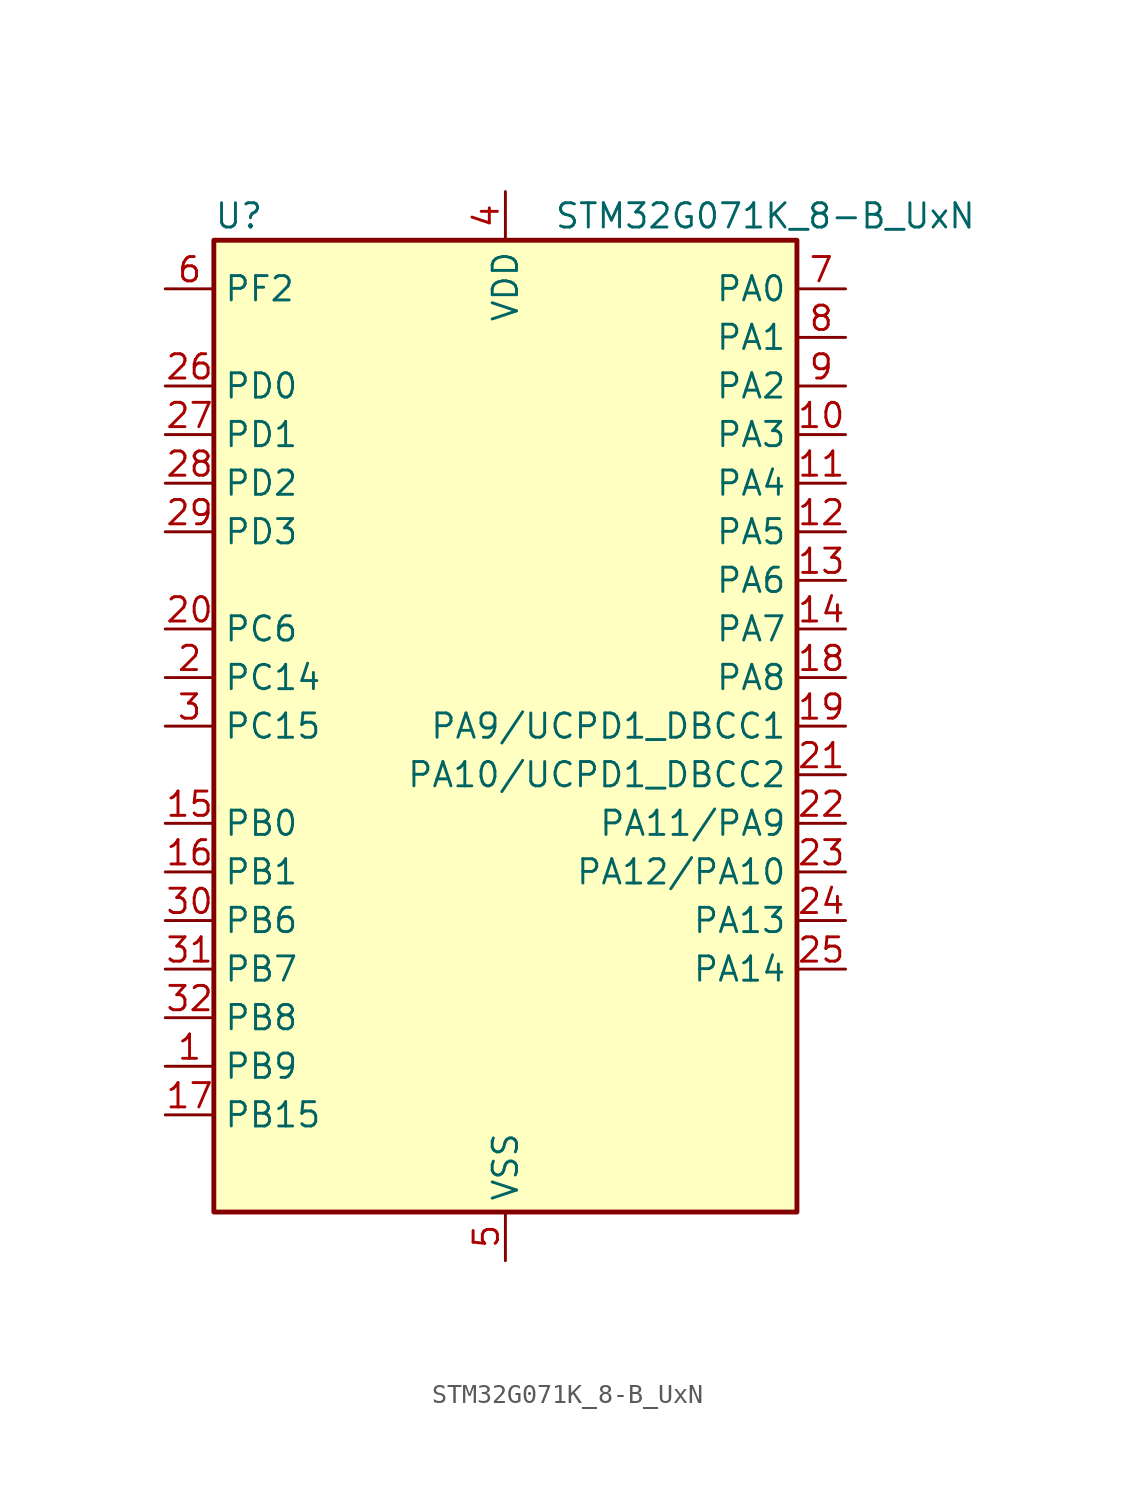
<source format=kicad_sym>
(kicad_symbol_lib
  (version 20231120)
  (generator "kicad_symbol_editor")
  (generator_version "8.0")
  (symbol "STM32G071K_8-B_UxN"
    (property "Reference" "U"
      (at -15.24 26.67 0)
      (effects (font (size 1.27 1.27)) (justify left)))
    (property "Value" "STM32G071K_8-B_UxN"
      (at 2.54 26.67 0)
      (effects (font (size 1.27 1.27)) (justify left)))
    (property "ki_locked" ""
      (at 0 0 0)
      (effects (font (size 1.27 1.27))))
    (symbol "STM32G071K_8-B_UxN_0_1"
      (rectangle (start -15.24 -25.4) (end 15.24 25.4) (stroke (width 0.254) (type default)) (fill (type background))))
    (symbol "STM32G071K_8-B_UxN_1_1"
      (pin bidirectional line (at -17.78 -17.78 0) (length 2.54) (name "PB9" (effects (font (size 1.27 1.27)))) (number "1" (effects (font (size 1.27 1.27)))) (alternate "DAC1_EXTI9" bidirectional line) (alternate "I2C1_SDA" bidirectional line) (alternate "IR_OUT" bidirectional line) (alternate "SPI2_NSS" bidirectional line) (alternate "TIM17_CH1" bidirectional line) (alternate "UCPD2_FRSTX1" bidirectional line) (alternate "UCPD2_FRSTX2" bidirectional line) (alternate "USART3_RX" bidirectional line))
      (pin bidirectional line (at 17.78 15.24 180) (length 2.54) (name "PA3" (effects (font (size 1.27 1.27)))) (number "10" (effects (font (size 1.27 1.27)))) (alternate "ADC1_IN3" bidirectional line) (alternate "COMP2_INP" bidirectional line) (alternate "LPUART1_RX" bidirectional line) (alternate "SPI2_MISO" bidirectional line) (alternate "TIM15_CH2" bidirectional line) (alternate "TIM2_CH4" bidirectional line) (alternate "UCPD2_FRSTX1" bidirectional line) (alternate "UCPD2_FRSTX2" bidirectional line) (alternate "USART2_RX" bidirectional line))
      (pin bidirectional line (at 17.78 12.7 180) (length 2.54) (name "PA4" (effects (font (size 1.27 1.27)))) (number "11" (effects (font (size 1.27 1.27)))) (alternate "ADC1_IN4" bidirectional line) (alternate "DAC1_OUT1" bidirectional line) (alternate "I2S1_WS" bidirectional line) (alternate "LPTIM2_OUT" bidirectional line) (alternate "RTC_OUT_ALARM" bidirectional line) (alternate "RTC_OUT_CALIB" bidirectional line) (alternate "RTC_TAMP_IN1" bidirectional line) (alternate "RTC_TS" bidirectional line) (alternate "SPI1_NSS" bidirectional line) (alternate "SPI2_MOSI" bidirectional line) (alternate "SYS_WKUP2" bidirectional line) (alternate "TIM14_CH1" bidirectional line) (alternate "UCPD2_FRSTX1" bidirectional line) (alternate "UCPD2_FRSTX2" bidirectional line))
      (pin bidirectional line (at 17.78 10.16 180) (length 2.54) (name "PA5" (effects (font (size 1.27 1.27)))) (number "12" (effects (font (size 1.27 1.27)))) (alternate "ADC1_IN5" bidirectional line) (alternate "CEC" bidirectional line) (alternate "DAC1_OUT2" bidirectional line) (alternate "I2S1_CK" bidirectional line) (alternate "LPTIM2_ETR" bidirectional line) (alternate "SPI1_SCK" bidirectional line) (alternate "TIM2_CH1" bidirectional line) (alternate "TIM2_ETR" bidirectional line) (alternate "UCPD1_FRSTX1" bidirectional line) (alternate "UCPD1_FRSTX2" bidirectional line) (alternate "USART3_TX" bidirectional line))
      (pin bidirectional line (at 17.78 7.62 180) (length 2.54) (name "PA6" (effects (font (size 1.27 1.27)))) (number "13" (effects (font (size 1.27 1.27)))) (alternate "ADC1_IN6" bidirectional line) (alternate "COMP1_OUT" bidirectional line) (alternate "I2S1_MCK" bidirectional line) (alternate "LPUART1_CTS" bidirectional line) (alternate "SPI1_MISO" bidirectional line) (alternate "TIM16_CH1" bidirectional line) (alternate "TIM1_BK" bidirectional line) (alternate "TIM3_CH1" bidirectional line) (alternate "USART3_CTS" bidirectional line) (alternate "USART3_NSS" bidirectional line))
      (pin bidirectional line (at 17.78 5.08 180) (length 2.54) (name "PA7" (effects (font (size 1.27 1.27)))) (number "14" (effects (font (size 1.27 1.27)))) (alternate "ADC1_IN7" bidirectional line) (alternate "COMP2_OUT" bidirectional line) (alternate "I2S1_SD" bidirectional line) (alternate "SPI1_MOSI" bidirectional line) (alternate "TIM14_CH1" bidirectional line) (alternate "TIM17_CH1" bidirectional line) (alternate "TIM1_CH1N" bidirectional line) (alternate "TIM3_CH2" bidirectional line) (alternate "UCPD1_FRSTX1" bidirectional line) (alternate "UCPD1_FRSTX2" bidirectional line))
      (pin bidirectional line (at -17.78 -5.08 0) (length 2.54) (name "PB0" (effects (font (size 1.27 1.27)))) (number "15" (effects (font (size 1.27 1.27)))) (alternate "ADC1_IN8" bidirectional line) (alternate "COMP1_OUT" bidirectional line) (alternate "I2S1_WS" bidirectional line) (alternate "LPTIM1_OUT" bidirectional line) (alternate "SPI1_NSS" bidirectional line) (alternate "TIM1_CH2N" bidirectional line) (alternate "TIM3_CH3" bidirectional line) (alternate "UCPD1_FRSTX1" bidirectional line) (alternate "UCPD1_FRSTX2" bidirectional line) (alternate "USART3_RX" bidirectional line))
      (pin bidirectional line (at -17.78 -7.62 0) (length 2.54) (name "PB1" (effects (font (size 1.27 1.27)))) (number "16" (effects (font (size 1.27 1.27)))) (alternate "ADC1_IN9" bidirectional line) (alternate "COMP1_INM" bidirectional line) (alternate "LPTIM2_IN1" bidirectional line) (alternate "LPUART1_DE" bidirectional line) (alternate "LPUART1_RTS" bidirectional line) (alternate "TIM14_CH1" bidirectional line) (alternate "TIM1_CH3N" bidirectional line) (alternate "TIM3_CH4" bidirectional line) (alternate "USART3_CK" bidirectional line) (alternate "USART3_DE" bidirectional line) (alternate "USART3_RTS" bidirectional line))
      (pin bidirectional line (at -17.78 -20.32 0) (length 2.54) (name "PB15" (effects (font (size 1.27 1.27)))) (number "17" (effects (font (size 1.27 1.27)))) (alternate "RTC_REFIN" bidirectional line) (alternate "SPI2_MOSI" bidirectional line) (alternate "TIM15_CH1N" bidirectional line) (alternate "TIM15_CH2" bidirectional line) (alternate "TIM1_CH3N" bidirectional line) (alternate "UCPD1_CC2" bidirectional line))
      (pin bidirectional line (at 17.78 2.54 180) (length 2.54) (name "PA8" (effects (font (size 1.27 1.27)))) (number "18" (effects (font (size 1.27 1.27)))) (alternate "LPTIM2_OUT" bidirectional line) (alternate "RCC_MCO" bidirectional line) (alternate "SPI2_NSS" bidirectional line) (alternate "TIM1_CH1" bidirectional line) (alternate "UCPD1_CC1" bidirectional line))
      (pin bidirectional line (at 17.78 0 180) (length 2.54) (name "PA9/UCPD1_DBCC1" (effects (font (size 1.27 1.27)))) (number "19" (effects (font (size 1.27 1.27)))) (alternate "DAC1_EXTI9" bidirectional line) (alternate "I2C1_SCL" bidirectional line) (alternate "RCC_MCO" bidirectional line) (alternate "SPI2_MISO" bidirectional line) (alternate "TIM15_BK" bidirectional line) (alternate "TIM1_CH2" bidirectional line) (alternate "UCPD1_DBCC1" bidirectional line) (alternate "USART1_TX" bidirectional line))
      (pin bidirectional line (at -17.78 2.54 0) (length 2.54) (name "PC14" (effects (font (size 1.27 1.27)))) (number "2" (effects (font (size 1.27 1.27)))) (alternate "RCC_OSC32_IN" bidirectional line) (alternate "RCC_OSC_IN" bidirectional line) (alternate "TIM1_BK2" bidirectional line))
      (pin bidirectional line (at -17.78 5.08 0) (length 2.54) (name "PC6" (effects (font (size 1.27 1.27)))) (number "20" (effects (font (size 1.27 1.27)))) (alternate "TIM2_CH3" bidirectional line) (alternate "TIM3_CH1" bidirectional line) (alternate "UCPD1_FRSTX1" bidirectional line) (alternate "UCPD1_FRSTX2" bidirectional line))
      (pin bidirectional line (at 17.78 -2.54 180) (length 2.54) (name "PA10/UCPD1_DBCC2" (effects (font (size 1.27 1.27)))) (number "21" (effects (font (size 1.27 1.27)))) (alternate "I2C1_SDA" bidirectional line) (alternate "SPI2_MOSI" bidirectional line) (alternate "TIM17_BK" bidirectional line) (alternate "TIM1_CH3" bidirectional line) (alternate "UCPD1_DBCC2" bidirectional line) (alternate "USART1_RX" bidirectional line))
      (pin bidirectional line (at 17.78 -5.08 180) (length 2.54) (name "PA11/PA9" (effects (font (size 1.27 1.27)))) (number "22" (effects (font (size 1.27 1.27)))) (alternate "ADC1_EXTI11" bidirectional line) (alternate "COMP1_OUT" bidirectional line) (alternate "I2C2_SCL" bidirectional line) (alternate "I2S1_MCK" bidirectional line) (alternate "SPI1_MISO" bidirectional line) (alternate "TIM1_BK2" bidirectional line) (alternate "TIM1_CH4" bidirectional line) (alternate "USART1_CTS" bidirectional line) (alternate "USART1_NSS" bidirectional line))
      (pin bidirectional line (at 17.78 -7.62 180) (length 2.54) (name "PA12/PA10" (effects (font (size 1.27 1.27)))) (number "23" (effects (font (size 1.27 1.27)))) (alternate "COMP2_OUT" bidirectional line) (alternate "I2C2_SDA" bidirectional line) (alternate "I2S1_SD" bidirectional line) (alternate "I2S_CKIN" bidirectional line) (alternate "SPI1_MOSI" bidirectional line) (alternate "TIM1_ETR" bidirectional line) (alternate "USART1_CK" bidirectional line) (alternate "USART1_DE" bidirectional line) (alternate "USART1_RTS" bidirectional line))
      (pin bidirectional line (at 17.78 -10.16 180) (length 2.54) (name "PA13" (effects (font (size 1.27 1.27)))) (number "24" (effects (font (size 1.27 1.27)))) (alternate "IR_OUT" bidirectional line) (alternate "SYS_SWDIO" bidirectional line))
      (pin bidirectional line (at 17.78 -12.7 180) (length 2.54) (name "PA14" (effects (font (size 1.27 1.27)))) (number "25" (effects (font (size 1.27 1.27)))) (alternate "SYS_SWCLK" bidirectional line) (alternate "USART2_TX" bidirectional line))
      (pin bidirectional line (at -17.78 17.78 0) (length 2.54) (name "PD0" (effects (font (size 1.27 1.27)))) (number "26" (effects (font (size 1.27 1.27)))) (alternate "SPI2_NSS" bidirectional line) (alternate "TIM16_CH1" bidirectional line) (alternate "UCPD2_CC1" bidirectional line))
      (pin bidirectional line (at -17.78 15.24 0) (length 2.54) (name "PD1" (effects (font (size 1.27 1.27)))) (number "27" (effects (font (size 1.27 1.27)))) (alternate "SPI2_SCK" bidirectional line) (alternate "TIM17_CH1" bidirectional line) (alternate "UCPD2_DBCC1" bidirectional line))
      (pin bidirectional line (at -17.78 12.7 0) (length 2.54) (name "PD2" (effects (font (size 1.27 1.27)))) (number "28" (effects (font (size 1.27 1.27)))) (alternate "TIM1_CH1N" bidirectional line) (alternate "TIM3_ETR" bidirectional line) (alternate "UCPD2_CC2" bidirectional line) (alternate "USART3_CK" bidirectional line) (alternate "USART3_DE" bidirectional line) (alternate "USART3_RTS" bidirectional line))
      (pin bidirectional line (at -17.78 10.16 0) (length 2.54) (name "PD3" (effects (font (size 1.27 1.27)))) (number "29" (effects (font (size 1.27 1.27)))) (alternate "SPI2_MISO" bidirectional line) (alternate "TIM1_CH2N" bidirectional line) (alternate "UCPD2_DBCC2" bidirectional line) (alternate "USART2_CTS" bidirectional line) (alternate "USART2_NSS" bidirectional line))
      (pin bidirectional line (at -17.78 0 0) (length 2.54) (name "PC15" (effects (font (size 1.27 1.27)))) (number "3" (effects (font (size 1.27 1.27)))) (alternate "RCC_OSC32_EN" bidirectional line) (alternate "RCC_OSC32_OUT" bidirectional line) (alternate "RCC_OSC_EN" bidirectional line) (alternate "TIM15_BK" bidirectional line))
      (pin bidirectional line (at -17.78 -10.16 0) (length 2.54) (name "PB6" (effects (font (size 1.27 1.27)))) (number "30" (effects (font (size 1.27 1.27)))) (alternate "COMP2_INP" bidirectional line) (alternate "I2C1_SCL" bidirectional line) (alternate "LPTIM1_ETR" bidirectional line) (alternate "SPI2_MISO" bidirectional line) (alternate "TIM16_CH1N" bidirectional line) (alternate "TIM1_CH3" bidirectional line) (alternate "USART1_TX" bidirectional line))
      (pin bidirectional line (at -17.78 -12.7 0) (length 2.54) (name "PB7" (effects (font (size 1.27 1.27)))) (number "31" (effects (font (size 1.27 1.27)))) (alternate "COMP2_INM" bidirectional line) (alternate "I2C1_SDA" bidirectional line) (alternate "LPTIM1_IN2" bidirectional line) (alternate "SPI2_MOSI" bidirectional line) (alternate "SYS_PVD_IN" bidirectional line) (alternate "TIM17_CH1N" bidirectional line) (alternate "USART1_RX" bidirectional line) (alternate "USART4_CTS" bidirectional line) (alternate "USART4_NSS" bidirectional line))
      (pin bidirectional line (at -17.78 -15.24 0) (length 2.54) (name "PB8" (effects (font (size 1.27 1.27)))) (number "32" (effects (font (size 1.27 1.27)))) (alternate "CEC" bidirectional line) (alternate "I2C1_SCL" bidirectional line) (alternate "SPI2_SCK" bidirectional line) (alternate "TIM15_BK" bidirectional line) (alternate "TIM16_CH1" bidirectional line) (alternate "USART3_TX" bidirectional line))
      (pin passive line (at 0 -27.94 90) (length 2.54) hide (name "VSS" (effects (font (size 1.27 1.27)))) (number "33" (effects (font (size 1.27 1.27)))))
      (pin power_in line (at 0 27.94 270) (length 2.54) (name "VDD" (effects (font (size 1.27 1.27)))) (number "4" (effects (font (size 1.27 1.27)))))
      (pin power_in line (at 0 -27.94 90) (length 2.54) (name "VSS" (effects (font (size 1.27 1.27)))) (number "5" (effects (font (size 1.27 1.27)))))
      (pin bidirectional line (at -17.78 22.86 0) (length 2.54) (name "PF2" (effects (font (size 1.27 1.27)))) (number "6" (effects (font (size 1.27 1.27)))) (alternate "RCC_MCO" bidirectional line))
      (pin bidirectional line (at 17.78 22.86 180) (length 2.54) (name "PA0" (effects (font (size 1.27 1.27)))) (number "7" (effects (font (size 1.27 1.27)))) (alternate "ADC1_IN0" bidirectional line) (alternate "COMP1_INM" bidirectional line) (alternate "COMP1_OUT" bidirectional line) (alternate "LPTIM1_OUT" bidirectional line) (alternate "RTC_TAMP_IN2" bidirectional line) (alternate "SPI2_SCK" bidirectional line) (alternate "SYS_WKUP1" bidirectional line) (alternate "TIM2_CH1" bidirectional line) (alternate "TIM2_ETR" bidirectional line) (alternate "UCPD2_FRSTX1" bidirectional line) (alternate "UCPD2_FRSTX2" bidirectional line) (alternate "USART2_CTS" bidirectional line) (alternate "USART2_NSS" bidirectional line) (alternate "USART4_TX" bidirectional line))
      (pin bidirectional line (at 17.78 20.32 180) (length 2.54) (name "PA1" (effects (font (size 1.27 1.27)))) (number "8" (effects (font (size 1.27 1.27)))) (alternate "ADC1_IN1" bidirectional line) (alternate "COMP1_INP" bidirectional line) (alternate "I2C1_SMBA" bidirectional line) (alternate "I2S1_CK" bidirectional line) (alternate "SPI1_SCK" bidirectional line) (alternate "TIM15_CH1N" bidirectional line) (alternate "TIM2_CH2" bidirectional line) (alternate "USART2_CK" bidirectional line) (alternate "USART2_DE" bidirectional line) (alternate "USART2_RTS" bidirectional line) (alternate "USART4_RX" bidirectional line))
      (pin bidirectional line (at 17.78 17.78 180) (length 2.54) (name "PA2" (effects (font (size 1.27 1.27)))) (number "9" (effects (font (size 1.27 1.27)))) (alternate "ADC1_IN2" bidirectional line) (alternate "COMP2_INM" bidirectional line) (alternate "COMP2_OUT" bidirectional line) (alternate "I2S1_SD" bidirectional line) (alternate "LPUART1_TX" bidirectional line) (alternate "RCC_LSCO" bidirectional line) (alternate "SPI1_MOSI" bidirectional line) (alternate "SYS_WKUP4" bidirectional line) (alternate "TIM15_CH1" bidirectional line) (alternate "TIM2_CH3" bidirectional line) (alternate "UCPD1_FRSTX1" bidirectional line) (alternate "UCPD1_FRSTX2" bidirectional line) (alternate "USART2_TX" bidirectional line)))))
</source>
